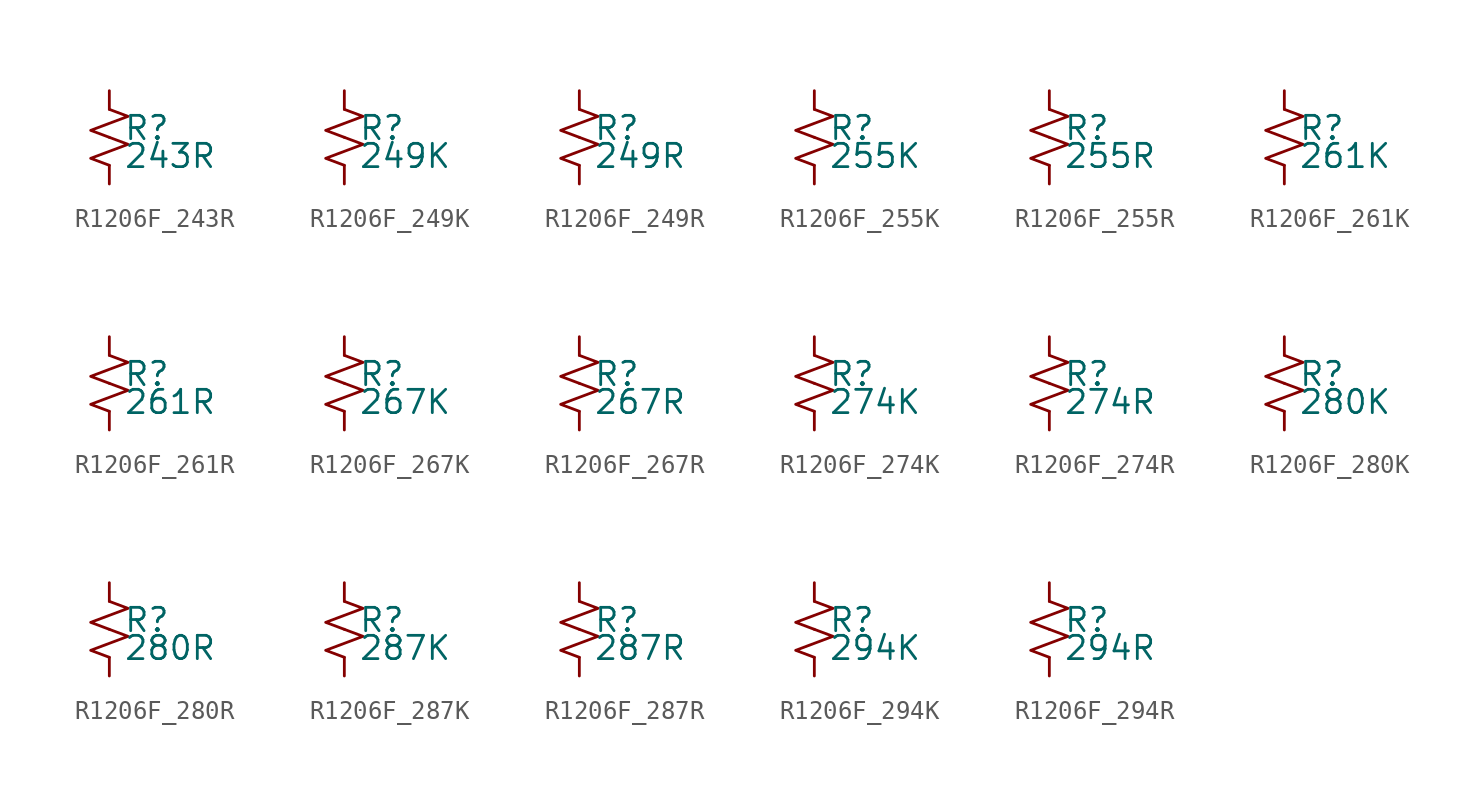
<source format=kicad_sym>
(kicad_symbol_lib
  (version 20220914)
  (generator kicad_symbol_editor)
  (symbol "R1206F_243R"
    (pin_numbers hide)
    (pin_names
      (offset 0.254) hide)
    (property "Reference" "R"
      (at 0.762 0.508 0)
      (effects (font (size 1.27 1.27)) (justify left)))
    (property "Value" "243R"
      (at 0.762 -1.016 0)
      (effects (font (size 1.27 1.27)) (justify left)))
    (symbol "R1206F_243R_1_1"
      (polyline (pts (xy 0 0) (xy 1.016 -0.381) (xy 0 -0.762) (xy -1.016 -1.143) (xy 0 -1.524)) (stroke (width 0) (type default)) (fill (type none)))
      (polyline (pts (xy 0 1.524) (xy 1.016 1.143) (xy 0 0.762) (xy -1.016 0.381) (xy 0 0)) (stroke (width 0) (type default)) (fill (type none)))
      (pin passive line (at 0 2.54 270) (length 1.016) (name "~" (effects (font (size 1.27 1.27)))) (number "1" (effects (font (size 1.27 1.27)))))
      (pin passive line (at 0 -2.54 90) (length 1.016) (name "~" (effects (font (size 1.27 1.27)))) (number "2" (effects (font (size 1.27 1.27)))))))
  (symbol "R1206F_249K"
    (pin_numbers hide)
    (pin_names
      (offset 0.254) hide)
    (property "Reference" "R"
      (at 0.762 0.508 0)
      (effects (font (size 1.27 1.27)) (justify left)))
    (property "Value" "249K"
      (at 0.762 -1.016 0)
      (effects (font (size 1.27 1.27)) (justify left)))
    (symbol "R1206F_249K_1_1"
      (polyline (pts (xy 0 0) (xy 1.016 -0.381) (xy 0 -0.762) (xy -1.016 -1.143) (xy 0 -1.524)) (stroke (width 0) (type default)) (fill (type none)))
      (polyline (pts (xy 0 1.524) (xy 1.016 1.143) (xy 0 0.762) (xy -1.016 0.381) (xy 0 0)) (stroke (width 0) (type default)) (fill (type none)))
      (pin passive line (at 0 2.54 270) (length 1.016) (name "~" (effects (font (size 1.27 1.27)))) (number "1" (effects (font (size 1.27 1.27)))))
      (pin passive line (at 0 -2.54 90) (length 1.016) (name "~" (effects (font (size 1.27 1.27)))) (number "2" (effects (font (size 1.27 1.27)))))))
  (symbol "R1206F_249R"
    (pin_numbers hide)
    (pin_names
      (offset 0.254) hide)
    (property "Reference" "R"
      (at 0.762 0.508 0)
      (effects (font (size 1.27 1.27)) (justify left)))
    (property "Value" "249R"
      (at 0.762 -1.016 0)
      (effects (font (size 1.27 1.27)) (justify left)))
    (symbol "R1206F_249R_1_1"
      (polyline (pts (xy 0 0) (xy 1.016 -0.381) (xy 0 -0.762) (xy -1.016 -1.143) (xy 0 -1.524)) (stroke (width 0) (type default)) (fill (type none)))
      (polyline (pts (xy 0 1.524) (xy 1.016 1.143) (xy 0 0.762) (xy -1.016 0.381) (xy 0 0)) (stroke (width 0) (type default)) (fill (type none)))
      (pin passive line (at 0 2.54 270) (length 1.016) (name "~" (effects (font (size 1.27 1.27)))) (number "1" (effects (font (size 1.27 1.27)))))
      (pin passive line (at 0 -2.54 90) (length 1.016) (name "~" (effects (font (size 1.27 1.27)))) (number "2" (effects (font (size 1.27 1.27)))))))
  (symbol "R1206F_255K"
    (pin_numbers hide)
    (pin_names
      (offset 0.254) hide)
    (property "Reference" "R"
      (at 0.762 0.508 0)
      (effects (font (size 1.27 1.27)) (justify left)))
    (property "Value" "255K"
      (at 0.762 -1.016 0)
      (effects (font (size 1.27 1.27)) (justify left)))
    (symbol "R1206F_255K_1_1"
      (polyline (pts (xy 0 0) (xy 1.016 -0.381) (xy 0 -0.762) (xy -1.016 -1.143) (xy 0 -1.524)) (stroke (width 0) (type default)) (fill (type none)))
      (polyline (pts (xy 0 1.524) (xy 1.016 1.143) (xy 0 0.762) (xy -1.016 0.381) (xy 0 0)) (stroke (width 0) (type default)) (fill (type none)))
      (pin passive line (at 0 2.54 270) (length 1.016) (name "~" (effects (font (size 1.27 1.27)))) (number "1" (effects (font (size 1.27 1.27)))))
      (pin passive line (at 0 -2.54 90) (length 1.016) (name "~" (effects (font (size 1.27 1.27)))) (number "2" (effects (font (size 1.27 1.27)))))))
  (symbol "R1206F_255R"
    (pin_numbers hide)
    (pin_names
      (offset 0.254) hide)
    (property "Reference" "R"
      (at 0.762 0.508 0)
      (effects (font (size 1.27 1.27)) (justify left)))
    (property "Value" "255R"
      (at 0.762 -1.016 0)
      (effects (font (size 1.27 1.27)) (justify left)))
    (symbol "R1206F_255R_1_1"
      (polyline (pts (xy 0 0) (xy 1.016 -0.381) (xy 0 -0.762) (xy -1.016 -1.143) (xy 0 -1.524)) (stroke (width 0) (type default)) (fill (type none)))
      (polyline (pts (xy 0 1.524) (xy 1.016 1.143) (xy 0 0.762) (xy -1.016 0.381) (xy 0 0)) (stroke (width 0) (type default)) (fill (type none)))
      (pin passive line (at 0 2.54 270) (length 1.016) (name "~" (effects (font (size 1.27 1.27)))) (number "1" (effects (font (size 1.27 1.27)))))
      (pin passive line (at 0 -2.54 90) (length 1.016) (name "~" (effects (font (size 1.27 1.27)))) (number "2" (effects (font (size 1.27 1.27)))))))
  (symbol "R1206F_261K"
    (pin_numbers hide)
    (pin_names
      (offset 0.254) hide)
    (property "Reference" "R"
      (at 0.762 0.508 0)
      (effects (font (size 1.27 1.27)) (justify left)))
    (property "Value" "261K"
      (at 0.762 -1.016 0)
      (effects (font (size 1.27 1.27)) (justify left)))
    (symbol "R1206F_261K_1_1"
      (polyline (pts (xy 0 0) (xy 1.016 -0.381) (xy 0 -0.762) (xy -1.016 -1.143) (xy 0 -1.524)) (stroke (width 0) (type default)) (fill (type none)))
      (polyline (pts (xy 0 1.524) (xy 1.016 1.143) (xy 0 0.762) (xy -1.016 0.381) (xy 0 0)) (stroke (width 0) (type default)) (fill (type none)))
      (pin passive line (at 0 2.54 270) (length 1.016) (name "~" (effects (font (size 1.27 1.27)))) (number "1" (effects (font (size 1.27 1.27)))))
      (pin passive line (at 0 -2.54 90) (length 1.016) (name "~" (effects (font (size 1.27 1.27)))) (number "2" (effects (font (size 1.27 1.27)))))))
  (symbol "R1206F_261R"
    (pin_numbers hide)
    (pin_names
      (offset 0.254) hide)
    (property "Reference" "R"
      (at 0.762 0.508 0)
      (effects (font (size 1.27 1.27)) (justify left)))
    (property "Value" "261R"
      (at 0.762 -1.016 0)
      (effects (font (size 1.27 1.27)) (justify left)))
    (symbol "R1206F_261R_1_1"
      (polyline (pts (xy 0 0) (xy 1.016 -0.381) (xy 0 -0.762) (xy -1.016 -1.143) (xy 0 -1.524)) (stroke (width 0) (type default)) (fill (type none)))
      (polyline (pts (xy 0 1.524) (xy 1.016 1.143) (xy 0 0.762) (xy -1.016 0.381) (xy 0 0)) (stroke (width 0) (type default)) (fill (type none)))
      (pin passive line (at 0 2.54 270) (length 1.016) (name "~" (effects (font (size 1.27 1.27)))) (number "1" (effects (font (size 1.27 1.27)))))
      (pin passive line (at 0 -2.54 90) (length 1.016) (name "~" (effects (font (size 1.27 1.27)))) (number "2" (effects (font (size 1.27 1.27)))))))
  (symbol "R1206F_267K"
    (pin_numbers hide)
    (pin_names
      (offset 0.254) hide)
    (property "Reference" "R"
      (at 0.762 0.508 0)
      (effects (font (size 1.27 1.27)) (justify left)))
    (property "Value" "267K"
      (at 0.762 -1.016 0)
      (effects (font (size 1.27 1.27)) (justify left)))
    (symbol "R1206F_267K_1_1"
      (polyline (pts (xy 0 0) (xy 1.016 -0.381) (xy 0 -0.762) (xy -1.016 -1.143) (xy 0 -1.524)) (stroke (width 0) (type default)) (fill (type none)))
      (polyline (pts (xy 0 1.524) (xy 1.016 1.143) (xy 0 0.762) (xy -1.016 0.381) (xy 0 0)) (stroke (width 0) (type default)) (fill (type none)))
      (pin passive line (at 0 2.54 270) (length 1.016) (name "~" (effects (font (size 1.27 1.27)))) (number "1" (effects (font (size 1.27 1.27)))))
      (pin passive line (at 0 -2.54 90) (length 1.016) (name "~" (effects (font (size 1.27 1.27)))) (number "2" (effects (font (size 1.27 1.27)))))))
  (symbol "R1206F_267R"
    (pin_numbers hide)
    (pin_names
      (offset 0.254) hide)
    (property "Reference" "R"
      (at 0.762 0.508 0)
      (effects (font (size 1.27 1.27)) (justify left)))
    (property "Value" "267R"
      (at 0.762 -1.016 0)
      (effects (font (size 1.27 1.27)) (justify left)))
    (symbol "R1206F_267R_1_1"
      (polyline (pts (xy 0 0) (xy 1.016 -0.381) (xy 0 -0.762) (xy -1.016 -1.143) (xy 0 -1.524)) (stroke (width 0) (type default)) (fill (type none)))
      (polyline (pts (xy 0 1.524) (xy 1.016 1.143) (xy 0 0.762) (xy -1.016 0.381) (xy 0 0)) (stroke (width 0) (type default)) (fill (type none)))
      (pin passive line (at 0 2.54 270) (length 1.016) (name "~" (effects (font (size 1.27 1.27)))) (number "1" (effects (font (size 1.27 1.27)))))
      (pin passive line (at 0 -2.54 90) (length 1.016) (name "~" (effects (font (size 1.27 1.27)))) (number "2" (effects (font (size 1.27 1.27)))))))
  (symbol "R1206F_274K"
    (pin_numbers hide)
    (pin_names
      (offset 0.254) hide)
    (property "Reference" "R"
      (at 0.762 0.508 0)
      (effects (font (size 1.27 1.27)) (justify left)))
    (property "Value" "274K"
      (at 0.762 -1.016 0)
      (effects (font (size 1.27 1.27)) (justify left)))
    (symbol "R1206F_274K_1_1"
      (polyline (pts (xy 0 0) (xy 1.016 -0.381) (xy 0 -0.762) (xy -1.016 -1.143) (xy 0 -1.524)) (stroke (width 0) (type default)) (fill (type none)))
      (polyline (pts (xy 0 1.524) (xy 1.016 1.143) (xy 0 0.762) (xy -1.016 0.381) (xy 0 0)) (stroke (width 0) (type default)) (fill (type none)))
      (pin passive line (at 0 2.54 270) (length 1.016) (name "~" (effects (font (size 1.27 1.27)))) (number "1" (effects (font (size 1.27 1.27)))))
      (pin passive line (at 0 -2.54 90) (length 1.016) (name "~" (effects (font (size 1.27 1.27)))) (number "2" (effects (font (size 1.27 1.27)))))))
  (symbol "R1206F_274R"
    (pin_numbers hide)
    (pin_names
      (offset 0.254) hide)
    (property "Reference" "R"
      (at 0.762 0.508 0)
      (effects (font (size 1.27 1.27)) (justify left)))
    (property "Value" "274R"
      (at 0.762 -1.016 0)
      (effects (font (size 1.27 1.27)) (justify left)))
    (symbol "R1206F_274R_1_1"
      (polyline (pts (xy 0 0) (xy 1.016 -0.381) (xy 0 -0.762) (xy -1.016 -1.143) (xy 0 -1.524)) (stroke (width 0) (type default)) (fill (type none)))
      (polyline (pts (xy 0 1.524) (xy 1.016 1.143) (xy 0 0.762) (xy -1.016 0.381) (xy 0 0)) (stroke (width 0) (type default)) (fill (type none)))
      (pin passive line (at 0 2.54 270) (length 1.016) (name "~" (effects (font (size 1.27 1.27)))) (number "1" (effects (font (size 1.27 1.27)))))
      (pin passive line (at 0 -2.54 90) (length 1.016) (name "~" (effects (font (size 1.27 1.27)))) (number "2" (effects (font (size 1.27 1.27)))))))
  (symbol "R1206F_280K"
    (pin_numbers hide)
    (pin_names
      (offset 0.254) hide)
    (property "Reference" "R"
      (at 0.762 0.508 0)
      (effects (font (size 1.27 1.27)) (justify left)))
    (property "Value" "280K"
      (at 0.762 -1.016 0)
      (effects (font (size 1.27 1.27)) (justify left)))
    (symbol "R1206F_280K_1_1"
      (polyline (pts (xy 0 0) (xy 1.016 -0.381) (xy 0 -0.762) (xy -1.016 -1.143) (xy 0 -1.524)) (stroke (width 0) (type default)) (fill (type none)))
      (polyline (pts (xy 0 1.524) (xy 1.016 1.143) (xy 0 0.762) (xy -1.016 0.381) (xy 0 0)) (stroke (width 0) (type default)) (fill (type none)))
      (pin passive line (at 0 2.54 270) (length 1.016) (name "~" (effects (font (size 1.27 1.27)))) (number "1" (effects (font (size 1.27 1.27)))))
      (pin passive line (at 0 -2.54 90) (length 1.016) (name "~" (effects (font (size 1.27 1.27)))) (number "2" (effects (font (size 1.27 1.27)))))))
  (symbol "R1206F_280R"
    (pin_numbers hide)
    (pin_names
      (offset 0.254) hide)
    (property "Reference" "R"
      (at 0.762 0.508 0)
      (effects (font (size 1.27 1.27)) (justify left)))
    (property "Value" "280R"
      (at 0.762 -1.016 0)
      (effects (font (size 1.27 1.27)) (justify left)))
    (symbol "R1206F_280R_1_1"
      (polyline (pts (xy 0 0) (xy 1.016 -0.381) (xy 0 -0.762) (xy -1.016 -1.143) (xy 0 -1.524)) (stroke (width 0) (type default)) (fill (type none)))
      (polyline (pts (xy 0 1.524) (xy 1.016 1.143) (xy 0 0.762) (xy -1.016 0.381) (xy 0 0)) (stroke (width 0) (type default)) (fill (type none)))
      (pin passive line (at 0 2.54 270) (length 1.016) (name "~" (effects (font (size 1.27 1.27)))) (number "1" (effects (font (size 1.27 1.27)))))
      (pin passive line (at 0 -2.54 90) (length 1.016) (name "~" (effects (font (size 1.27 1.27)))) (number "2" (effects (font (size 1.27 1.27)))))))
  (symbol "R1206F_287K"
    (pin_numbers hide)
    (pin_names
      (offset 0.254) hide)
    (property "Reference" "R"
      (at 0.762 0.508 0)
      (effects (font (size 1.27 1.27)) (justify left)))
    (property "Value" "287K"
      (at 0.762 -1.016 0)
      (effects (font (size 1.27 1.27)) (justify left)))
    (symbol "R1206F_287K_1_1"
      (polyline (pts (xy 0 0) (xy 1.016 -0.381) (xy 0 -0.762) (xy -1.016 -1.143) (xy 0 -1.524)) (stroke (width 0) (type default)) (fill (type none)))
      (polyline (pts (xy 0 1.524) (xy 1.016 1.143) (xy 0 0.762) (xy -1.016 0.381) (xy 0 0)) (stroke (width 0) (type default)) (fill (type none)))
      (pin passive line (at 0 2.54 270) (length 1.016) (name "~" (effects (font (size 1.27 1.27)))) (number "1" (effects (font (size 1.27 1.27)))))
      (pin passive line (at 0 -2.54 90) (length 1.016) (name "~" (effects (font (size 1.27 1.27)))) (number "2" (effects (font (size 1.27 1.27)))))))
  (symbol "R1206F_287R"
    (pin_numbers hide)
    (pin_names
      (offset 0.254) hide)
    (property "Reference" "R"
      (at 0.762 0.508 0)
      (effects (font (size 1.27 1.27)) (justify left)))
    (property "Value" "287R"
      (at 0.762 -1.016 0)
      (effects (font (size 1.27 1.27)) (justify left)))
    (symbol "R1206F_287R_1_1"
      (polyline (pts (xy 0 0) (xy 1.016 -0.381) (xy 0 -0.762) (xy -1.016 -1.143) (xy 0 -1.524)) (stroke (width 0) (type default)) (fill (type none)))
      (polyline (pts (xy 0 1.524) (xy 1.016 1.143) (xy 0 0.762) (xy -1.016 0.381) (xy 0 0)) (stroke (width 0) (type default)) (fill (type none)))
      (pin passive line (at 0 2.54 270) (length 1.016) (name "~" (effects (font (size 1.27 1.27)))) (number "1" (effects (font (size 1.27 1.27)))))
      (pin passive line (at 0 -2.54 90) (length 1.016) (name "~" (effects (font (size 1.27 1.27)))) (number "2" (effects (font (size 1.27 1.27)))))))
  (symbol "R1206F_294K"
    (pin_numbers hide)
    (pin_names
      (offset 0.254) hide)
    (property "Reference" "R"
      (at 0.762 0.508 0)
      (effects (font (size 1.27 1.27)) (justify left)))
    (property "Value" "294K"
      (at 0.762 -1.016 0)
      (effects (font (size 1.27 1.27)) (justify left)))
    (symbol "R1206F_294K_1_1"
      (polyline (pts (xy 0 0) (xy 1.016 -0.381) (xy 0 -0.762) (xy -1.016 -1.143) (xy 0 -1.524)) (stroke (width 0) (type default)) (fill (type none)))
      (polyline (pts (xy 0 1.524) (xy 1.016 1.143) (xy 0 0.762) (xy -1.016 0.381) (xy 0 0)) (stroke (width 0) (type default)) (fill (type none)))
      (pin passive line (at 0 2.54 270) (length 1.016) (name "~" (effects (font (size 1.27 1.27)))) (number "1" (effects (font (size 1.27 1.27)))))
      (pin passive line (at 0 -2.54 90) (length 1.016) (name "~" (effects (font (size 1.27 1.27)))) (number "2" (effects (font (size 1.27 1.27)))))))
  (symbol "R1206F_294R"
    (pin_numbers hide)
    (pin_names
      (offset 0.254) hide)
    (property "Reference" "R"
      (at 0.762 0.508 0)
      (effects (font (size 1.27 1.27)) (justify left)))
    (property "Value" "294R"
      (at 0.762 -1.016 0)
      (effects (font (size 1.27 1.27)) (justify left)))
    (symbol "R1206F_294R_1_1"
      (polyline (pts (xy 0 0) (xy 1.016 -0.381) (xy 0 -0.762) (xy -1.016 -1.143) (xy 0 -1.524)) (stroke (width 0) (type default)) (fill (type none)))
      (polyline (pts (xy 0 1.524) (xy 1.016 1.143) (xy 0 0.762) (xy -1.016 0.381) (xy 0 0)) (stroke (width 0) (type default)) (fill (type none)))
      (pin passive line (at 0 2.54 270) (length 1.016) (name "~" (effects (font (size 1.27 1.27)))) (number "1" (effects (font (size 1.27 1.27)))))
      (pin passive line (at 0 -2.54 90) (length 1.016) (name "~" (effects (font (size 1.27 1.27)))) (number "2" (effects (font (size 1.27 1.27))))))))
</source>
